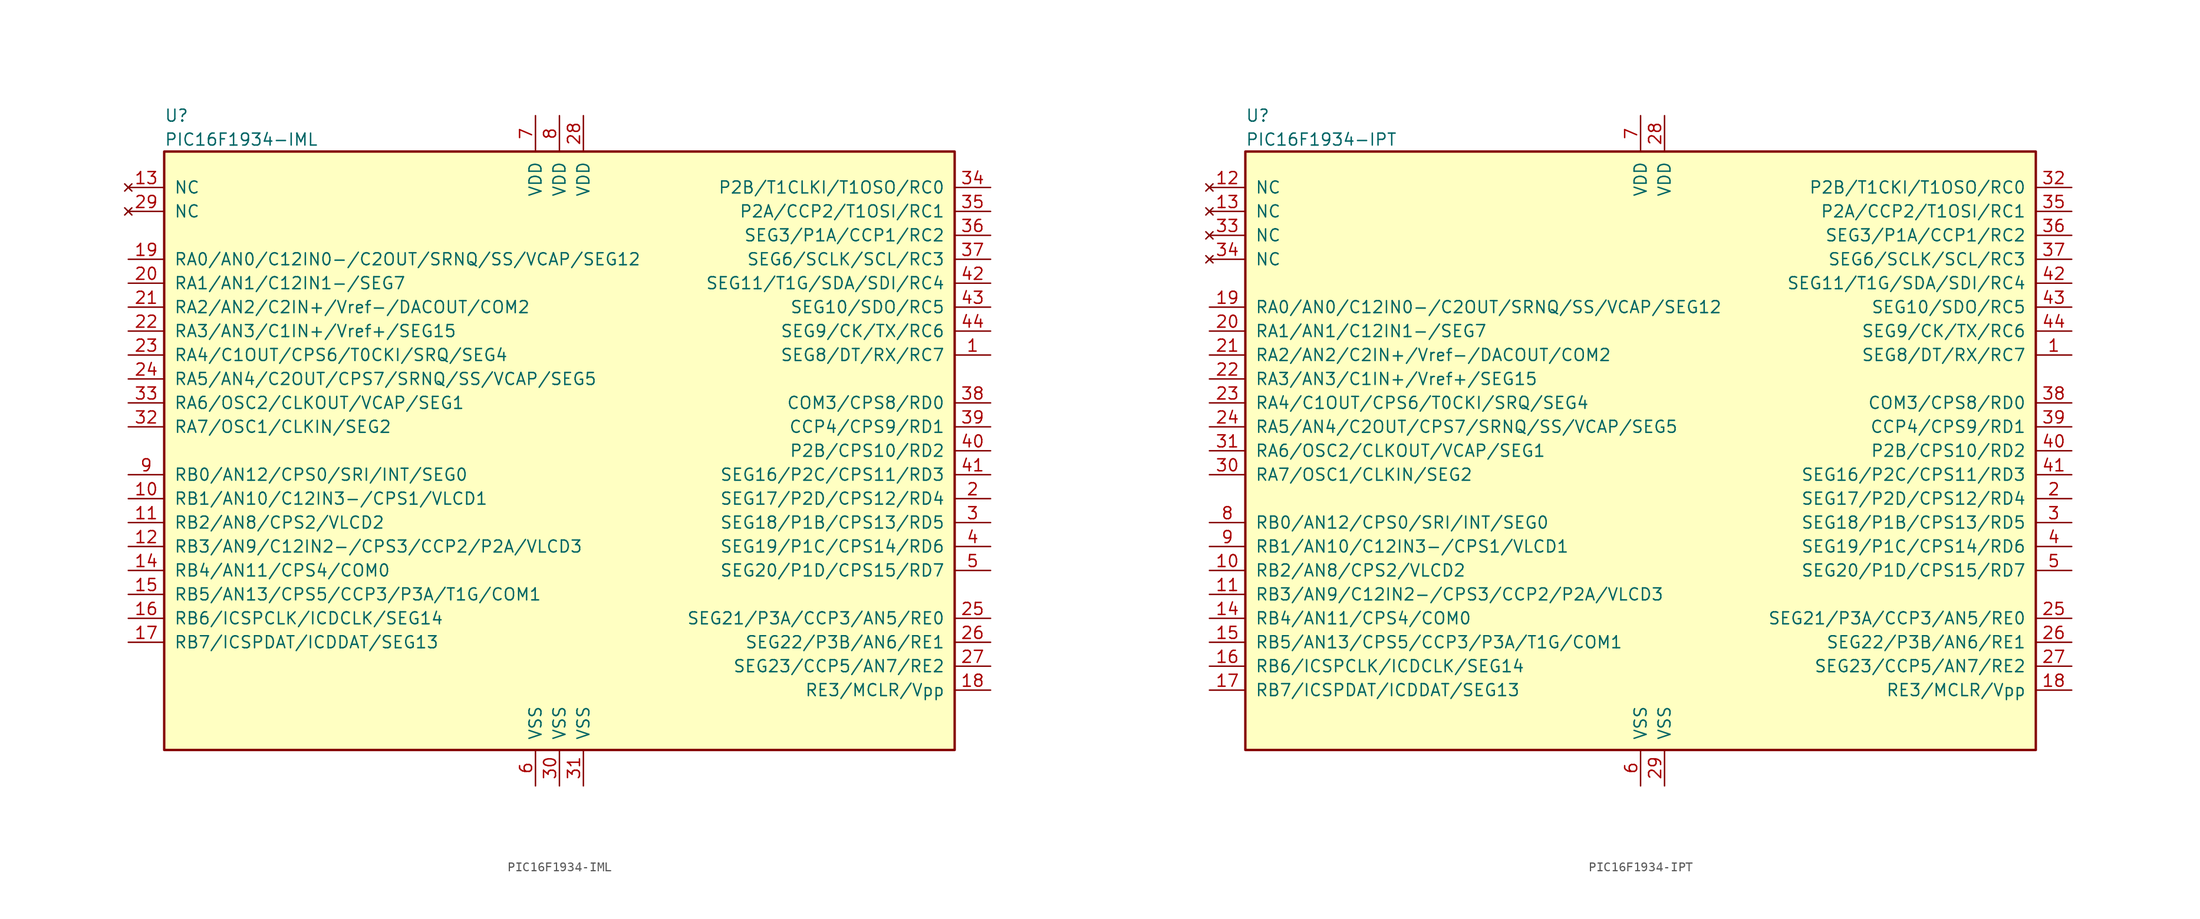
<source format=kicad_sym>
(kicad_symbol_lib
  (version 20241209)
  (generator "kicad_symbol_editor")
  (generator_version "9.0")
  (symbol "PIC16F1934-IML"
    (pin_names
      (offset 1.016))
    (property "Reference" "U"
      (at -41.91 35.56 0)
      (effects (font (size 1.27 1.27)) (justify left)))
    (property "Value" "PIC16F1934-IML"
      (at -41.91 33.02 0)
      (effects (font (size 1.27 1.27)) (justify left)))
    (symbol "PIC16F1934-IML_0_1"
      (rectangle (start -41.91 31.75) (end 41.91 -31.75) (stroke (width 0.254) (type default)) (fill (type background))))
    (symbol "PIC16F1934-IML_1_1"
      (pin no_connect line (at -45.72 27.94 0) (length 3.81) (name "NC" (effects (font (size 1.27 1.27)))) (number "13" (effects (font (size 1.27 1.27)))))
      (pin no_connect line (at -45.72 25.4 0) (length 3.81) (name "NC" (effects (font (size 1.27 1.27)))) (number "29" (effects (font (size 1.27 1.27)))))
      (pin bidirectional line (at -45.72 20.32 0) (length 3.81) (name "RA0/AN0/C12IN0-/C2OUT/SRNQ/SS/VCAP/SEG12" (effects (font (size 1.27 1.27)))) (number "19" (effects (font (size 1.27 1.27)))))
      (pin bidirectional line (at -45.72 17.78 0) (length 3.81) (name "RA1/AN1/C12IN1-/SEG7" (effects (font (size 1.27 1.27)))) (number "20" (effects (font (size 1.27 1.27)))))
      (pin bidirectional line (at -45.72 15.24 0) (length 3.81) (name "RA2/AN2/C2IN+/Vref-/DACOUT/COM2" (effects (font (size 1.27 1.27)))) (number "21" (effects (font (size 1.27 1.27)))))
      (pin bidirectional line (at -45.72 12.7 0) (length 3.81) (name "RA3/AN3/C1IN+/Vref+/SEG15" (effects (font (size 1.27 1.27)))) (number "22" (effects (font (size 1.27 1.27)))))
      (pin bidirectional line (at -45.72 10.16 0) (length 3.81) (name "RA4/C1OUT/CPS6/T0CKI/SRQ/SEG4" (effects (font (size 1.27 1.27)))) (number "23" (effects (font (size 1.27 1.27)))))
      (pin bidirectional line (at -45.72 7.62 0) (length 3.81) (name "RA5/AN4/C2OUT/CPS7/SRNQ/SS/VCAP/SEG5" (effects (font (size 1.27 1.27)))) (number "24" (effects (font (size 1.27 1.27)))))
      (pin bidirectional line (at -45.72 5.08 0) (length 3.81) (name "RA6/OSC2/CLKOUT/VCAP/SEG1" (effects (font (size 1.27 1.27)))) (number "33" (effects (font (size 1.27 1.27)))))
      (pin bidirectional line (at -45.72 2.54 0) (length 3.81) (name "RA7/OSC1/CLKIN/SEG2" (effects (font (size 1.27 1.27)))) (number "32" (effects (font (size 1.27 1.27)))))
      (pin bidirectional line (at -45.72 -2.54 0) (length 3.81) (name "RB0/AN12/CPS0/SRI/INT/SEG0" (effects (font (size 1.27 1.27)))) (number "9" (effects (font (size 1.27 1.27)))))
      (pin bidirectional line (at -45.72 -5.08 0) (length 3.81) (name "RB1/AN10/C12IN3-/CPS1/VLCD1" (effects (font (size 1.27 1.27)))) (number "10" (effects (font (size 1.27 1.27)))))
      (pin bidirectional line (at -45.72 -7.62 0) (length 3.81) (name "RB2/AN8/CPS2/VLCD2" (effects (font (size 1.27 1.27)))) (number "11" (effects (font (size 1.27 1.27)))))
      (pin bidirectional line (at -45.72 -10.16 0) (length 3.81) (name "RB3/AN9/C12IN2-/CPS3/CCP2/P2A/VLCD3" (effects (font (size 1.27 1.27)))) (number "12" (effects (font (size 1.27 1.27)))))
      (pin bidirectional line (at -45.72 -12.7 0) (length 3.81) (name "RB4/AN11/CPS4/COM0" (effects (font (size 1.27 1.27)))) (number "14" (effects (font (size 1.27 1.27)))))
      (pin bidirectional line (at -45.72 -15.24 0) (length 3.81) (name "RB5/AN13/CPS5/CCP3/P3A/T1G/COM1" (effects (font (size 1.27 1.27)))) (number "15" (effects (font (size 1.27 1.27)))))
      (pin bidirectional line (at -45.72 -17.78 0) (length 3.81) (name "RB6/ICSPCLK/ICDCLK/SEG14" (effects (font (size 1.27 1.27)))) (number "16" (effects (font (size 1.27 1.27)))))
      (pin bidirectional line (at -45.72 -20.32 0) (length 3.81) (name "RB7/ICSPDAT/ICDDAT/SEG13" (effects (font (size 1.27 1.27)))) (number "17" (effects (font (size 1.27 1.27)))))
      (pin bidirectional line (at -2.54 35.56 270) (length 3.81) (name "VDD" (effects (font (size 1.27 1.27)))) (number "7" (effects (font (size 1.27 1.27)))))
      (pin bidirectional line (at -2.54 -35.56 90) (length 3.81) (name "VSS" (effects (font (size 1.27 1.27)))) (number "6" (effects (font (size 1.27 1.27)))))
      (pin bidirectional line (at 0 35.56 270) (length 3.81) (name "VDD" (effects (font (size 1.27 1.27)))) (number "8" (effects (font (size 1.27 1.27)))))
      (pin power_in line (at 0 -35.56 90) (length 3.81) (name "VSS" (effects (font (size 1.27 1.27)))) (number "30" (effects (font (size 1.27 1.27)))))
      (pin power_in line (at 2.54 35.56 270) (length 3.81) (name "VDD" (effects (font (size 1.27 1.27)))) (number "28" (effects (font (size 1.27 1.27)))))
      (pin power_in line (at 2.54 -35.56 90) (length 3.81) (name "VSS" (effects (font (size 1.27 1.27)))) (number "31" (effects (font (size 1.27 1.27)))))
      (pin bidirectional line (at 45.72 27.94 180) (length 3.81) (name "P2B/T1CLKI/T1OSO/RC0" (effects (font (size 1.27 1.27)))) (number "34" (effects (font (size 1.27 1.27)))))
      (pin bidirectional line (at 45.72 25.4 180) (length 3.81) (name "P2A/CCP2/T1OSI/RC1" (effects (font (size 1.27 1.27)))) (number "35" (effects (font (size 1.27 1.27)))))
      (pin bidirectional line (at 45.72 22.86 180) (length 3.81) (name "SEG3/P1A/CCP1/RC2" (effects (font (size 1.27 1.27)))) (number "36" (effects (font (size 1.27 1.27)))))
      (pin bidirectional line (at 45.72 20.32 180) (length 3.81) (name "SEG6/SCLK/SCL/RC3" (effects (font (size 1.27 1.27)))) (number "37" (effects (font (size 1.27 1.27)))))
      (pin bidirectional line (at 45.72 17.78 180) (length 3.81) (name "SEG11/T1G/SDA/SDI/RC4" (effects (font (size 1.27 1.27)))) (number "42" (effects (font (size 1.27 1.27)))))
      (pin bidirectional line (at 45.72 15.24 180) (length 3.81) (name "SEG10/SDO/RC5" (effects (font (size 1.27 1.27)))) (number "43" (effects (font (size 1.27 1.27)))))
      (pin bidirectional line (at 45.72 12.7 180) (length 3.81) (name "SEG9/CK/TX/RC6" (effects (font (size 1.27 1.27)))) (number "44" (effects (font (size 1.27 1.27)))))
      (pin bidirectional line (at 45.72 10.16 180) (length 3.81) (name "SEG8/DT/RX/RC7" (effects (font (size 1.27 1.27)))) (number "1" (effects (font (size 1.27 1.27)))))
      (pin bidirectional line (at 45.72 5.08 180) (length 3.81) (name "COM3/CPS8/RD0" (effects (font (size 1.27 1.27)))) (number "38" (effects (font (size 1.27 1.27)))))
      (pin bidirectional line (at 45.72 2.54 180) (length 3.81) (name "CCP4/CPS9/RD1" (effects (font (size 1.27 1.27)))) (number "39" (effects (font (size 1.27 1.27)))))
      (pin bidirectional line (at 45.72 0 180) (length 3.81) (name "P2B/CPS10/RD2" (effects (font (size 1.27 1.27)))) (number "40" (effects (font (size 1.27 1.27)))))
      (pin bidirectional line (at 45.72 -2.54 180) (length 3.81) (name "SEG16/P2C/CPS11/RD3" (effects (font (size 1.27 1.27)))) (number "41" (effects (font (size 1.27 1.27)))))
      (pin bidirectional line (at 45.72 -5.08 180) (length 3.81) (name "SEG17/P2D/CPS12/RD4" (effects (font (size 1.27 1.27)))) (number "2" (effects (font (size 1.27 1.27)))))
      (pin bidirectional line (at 45.72 -7.62 180) (length 3.81) (name "SEG18/P1B/CPS13/RD5" (effects (font (size 1.27 1.27)))) (number "3" (effects (font (size 1.27 1.27)))))
      (pin bidirectional line (at 45.72 -10.16 180) (length 3.81) (name "SEG19/P1C/CPS14/RD6" (effects (font (size 1.27 1.27)))) (number "4" (effects (font (size 1.27 1.27)))))
      (pin bidirectional line (at 45.72 -12.7 180) (length 3.81) (name "SEG20/P1D/CPS15/RD7" (effects (font (size 1.27 1.27)))) (number "5" (effects (font (size 1.27 1.27)))))
      (pin bidirectional line (at 45.72 -17.78 180) (length 3.81) (name "SEG21/P3A/CCP3/AN5/RE0" (effects (font (size 1.27 1.27)))) (number "25" (effects (font (size 1.27 1.27)))))
      (pin bidirectional line (at 45.72 -20.32 180) (length 3.81) (name "SEG22/P3B/AN6/RE1" (effects (font (size 1.27 1.27)))) (number "26" (effects (font (size 1.27 1.27)))))
      (pin bidirectional line (at 45.72 -22.86 180) (length 3.81) (name "SEG23/CCP5/AN7/RE2" (effects (font (size 1.27 1.27)))) (number "27" (effects (font (size 1.27 1.27)))))
      (pin bidirectional line (at 45.72 -25.4 180) (length 3.81) (name "RE3/MCLR/Vpp" (effects (font (size 1.27 1.27)))) (number "18" (effects (font (size 1.27 1.27)))))))
  (symbol "PIC16F1934-IPT"
    (pin_names
      (offset 1.016))
    (property "Reference" "U"
      (at -41.91 35.56 0)
      (effects (font (size 1.27 1.27)) (justify left)))
    (property "Value" "PIC16F1934-IPT"
      (at -41.91 33.02 0)
      (effects (font (size 1.27 1.27)) (justify left)))
    (symbol "PIC16F1934-IPT_0_1"
      (rectangle (start -41.91 31.75) (end 41.91 -31.75) (stroke (width 0.254) (type default)) (fill (type background))))
    (symbol "PIC16F1934-IPT_1_1"
      (pin no_connect line (at -45.72 27.94 0) (length 3.81) (name "NC" (effects (font (size 1.27 1.27)))) (number "12" (effects (font (size 1.27 1.27)))))
      (pin no_connect line (at -45.72 25.4 0) (length 3.81) (name "NC" (effects (font (size 1.27 1.27)))) (number "13" (effects (font (size 1.27 1.27)))))
      (pin no_connect line (at -45.72 22.86 0) (length 3.81) (name "NC" (effects (font (size 1.27 1.27)))) (number "33" (effects (font (size 1.27 1.27)))))
      (pin no_connect line (at -45.72 20.32 0) (length 3.81) (name "NC" (effects (font (size 1.27 1.27)))) (number "34" (effects (font (size 1.27 1.27)))))
      (pin bidirectional line (at -45.72 15.24 0) (length 3.81) (name "RA0/AN0/C12IN0-/C2OUT/SRNQ/SS/VCAP/SEG12" (effects (font (size 1.27 1.27)))) (number "19" (effects (font (size 1.27 1.27)))))
      (pin bidirectional line (at -45.72 12.7 0) (length 3.81) (name "RA1/AN1/C12IN1-/SEG7" (effects (font (size 1.27 1.27)))) (number "20" (effects (font (size 1.27 1.27)))))
      (pin bidirectional line (at -45.72 10.16 0) (length 3.81) (name "RA2/AN2/C2IN+/Vref-/DACOUT/COM2" (effects (font (size 1.27 1.27)))) (number "21" (effects (font (size 1.27 1.27)))))
      (pin bidirectional line (at -45.72 7.62 0) (length 3.81) (name "RA3/AN3/C1IN+/Vref+/SEG15" (effects (font (size 1.27 1.27)))) (number "22" (effects (font (size 1.27 1.27)))))
      (pin bidirectional line (at -45.72 5.08 0) (length 3.81) (name "RA4/C1OUT/CPS6/T0CKI/SRQ/SEG4" (effects (font (size 1.27 1.27)))) (number "23" (effects (font (size 1.27 1.27)))))
      (pin bidirectional line (at -45.72 2.54 0) (length 3.81) (name "RA5/AN4/C2OUT/CPS7/SRNQ/SS/VCAP/SEG5" (effects (font (size 1.27 1.27)))) (number "24" (effects (font (size 1.27 1.27)))))
      (pin bidirectional line (at -45.72 0 0) (length 3.81) (name "RA6/OSC2/CLKOUT/VCAP/SEG1" (effects (font (size 1.27 1.27)))) (number "31" (effects (font (size 1.27 1.27)))))
      (pin bidirectional line (at -45.72 -2.54 0) (length 3.81) (name "RA7/OSC1/CLKIN/SEG2" (effects (font (size 1.27 1.27)))) (number "30" (effects (font (size 1.27 1.27)))))
      (pin bidirectional line (at -45.72 -7.62 0) (length 3.81) (name "RB0/AN12/CPS0/SRI/INT/SEG0" (effects (font (size 1.27 1.27)))) (number "8" (effects (font (size 1.27 1.27)))))
      (pin bidirectional line (at -45.72 -10.16 0) (length 3.81) (name "RB1/AN10/C12IN3-/CPS1/VLCD1" (effects (font (size 1.27 1.27)))) (number "9" (effects (font (size 1.27 1.27)))))
      (pin bidirectional line (at -45.72 -12.7 0) (length 3.81) (name "RB2/AN8/CPS2/VLCD2" (effects (font (size 1.27 1.27)))) (number "10" (effects (font (size 1.27 1.27)))))
      (pin bidirectional line (at -45.72 -15.24 0) (length 3.81) (name "RB3/AN9/C12IN2-/CPS3/CCP2/P2A/VLCD3" (effects (font (size 1.27 1.27)))) (number "11" (effects (font (size 1.27 1.27)))))
      (pin bidirectional line (at -45.72 -17.78 0) (length 3.81) (name "RB4/AN11/CPS4/COM0" (effects (font (size 1.27 1.27)))) (number "14" (effects (font (size 1.27 1.27)))))
      (pin bidirectional line (at -45.72 -20.32 0) (length 3.81) (name "RB5/AN13/CPS5/CCP3/P3A/T1G/COM1" (effects (font (size 1.27 1.27)))) (number "15" (effects (font (size 1.27 1.27)))))
      (pin bidirectional line (at -45.72 -22.86 0) (length 3.81) (name "RB6/ICSPCLK/ICDCLK/SEG14" (effects (font (size 1.27 1.27)))) (number "16" (effects (font (size 1.27 1.27)))))
      (pin bidirectional line (at -45.72 -25.4 0) (length 3.81) (name "RB7/ICSPDAT/ICDDAT/SEG13" (effects (font (size 1.27 1.27)))) (number "17" (effects (font (size 1.27 1.27)))))
      (pin bidirectional line (at 0 35.56 270) (length 3.81) (name "VDD" (effects (font (size 1.27 1.27)))) (number "7" (effects (font (size 1.27 1.27)))))
      (pin bidirectional line (at 0 -35.56 90) (length 3.81) (name "VSS" (effects (font (size 1.27 1.27)))) (number "6" (effects (font (size 1.27 1.27)))))
      (pin power_in line (at 2.54 35.56 270) (length 3.81) (name "VDD" (effects (font (size 1.27 1.27)))) (number "28" (effects (font (size 1.27 1.27)))))
      (pin power_in line (at 2.54 -35.56 90) (length 3.81) (name "VSS" (effects (font (size 1.27 1.27)))) (number "29" (effects (font (size 1.27 1.27)))))
      (pin bidirectional line (at 45.72 27.94 180) (length 3.81) (name "P2B/T1CKI/T1OSO/RC0" (effects (font (size 1.27 1.27)))) (number "32" (effects (font (size 1.27 1.27)))))
      (pin bidirectional line (at 45.72 25.4 180) (length 3.81) (name "P2A/CCP2/T1OSI/RC1" (effects (font (size 1.27 1.27)))) (number "35" (effects (font (size 1.27 1.27)))))
      (pin bidirectional line (at 45.72 22.86 180) (length 3.81) (name "SEG3/P1A/CCP1/RC2" (effects (font (size 1.27 1.27)))) (number "36" (effects (font (size 1.27 1.27)))))
      (pin bidirectional line (at 45.72 20.32 180) (length 3.81) (name "SEG6/SCLK/SCL/RC3" (effects (font (size 1.27 1.27)))) (number "37" (effects (font (size 1.27 1.27)))))
      (pin bidirectional line (at 45.72 17.78 180) (length 3.81) (name "SEG11/T1G/SDA/SDI/RC4" (effects (font (size 1.27 1.27)))) (number "42" (effects (font (size 1.27 1.27)))))
      (pin bidirectional line (at 45.72 15.24 180) (length 3.81) (name "SEG10/SDO/RC5" (effects (font (size 1.27 1.27)))) (number "43" (effects (font (size 1.27 1.27)))))
      (pin bidirectional line (at 45.72 12.7 180) (length 3.81) (name "SEG9/CK/TX/RC6" (effects (font (size 1.27 1.27)))) (number "44" (effects (font (size 1.27 1.27)))))
      (pin bidirectional line (at 45.72 10.16 180) (length 3.81) (name "SEG8/DT/RX/RC7" (effects (font (size 1.27 1.27)))) (number "1" (effects (font (size 1.27 1.27)))))
      (pin bidirectional line (at 45.72 5.08 180) (length 3.81) (name "COM3/CPS8/RD0" (effects (font (size 1.27 1.27)))) (number "38" (effects (font (size 1.27 1.27)))))
      (pin bidirectional line (at 45.72 2.54 180) (length 3.81) (name "CCP4/CPS9/RD1" (effects (font (size 1.27 1.27)))) (number "39" (effects (font (size 1.27 1.27)))))
      (pin bidirectional line (at 45.72 0 180) (length 3.81) (name "P2B/CPS10/RD2" (effects (font (size 1.27 1.27)))) (number "40" (effects (font (size 1.27 1.27)))))
      (pin bidirectional line (at 45.72 -2.54 180) (length 3.81) (name "SEG16/P2C/CPS11/RD3" (effects (font (size 1.27 1.27)))) (number "41" (effects (font (size 1.27 1.27)))))
      (pin bidirectional line (at 45.72 -5.08 180) (length 3.81) (name "SEG17/P2D/CPS12/RD4" (effects (font (size 1.27 1.27)))) (number "2" (effects (font (size 1.27 1.27)))))
      (pin bidirectional line (at 45.72 -7.62 180) (length 3.81) (name "SEG18/P1B/CPS13/RD5" (effects (font (size 1.27 1.27)))) (number "3" (effects (font (size 1.27 1.27)))))
      (pin bidirectional line (at 45.72 -10.16 180) (length 3.81) (name "SEG19/P1C/CPS14/RD6" (effects (font (size 1.27 1.27)))) (number "4" (effects (font (size 1.27 1.27)))))
      (pin bidirectional line (at 45.72 -12.7 180) (length 3.81) (name "SEG20/P1D/CPS15/RD7" (effects (font (size 1.27 1.27)))) (number "5" (effects (font (size 1.27 1.27)))))
      (pin bidirectional line (at 45.72 -17.78 180) (length 3.81) (name "SEG21/P3A/CCP3/AN5/RE0" (effects (font (size 1.27 1.27)))) (number "25" (effects (font (size 1.27 1.27)))))
      (pin bidirectional line (at 45.72 -20.32 180) (length 3.81) (name "SEG22/P3B/AN6/RE1" (effects (font (size 1.27 1.27)))) (number "26" (effects (font (size 1.27 1.27)))))
      (pin bidirectional line (at 45.72 -22.86 180) (length 3.81) (name "SEG23/CCP5/AN7/RE2" (effects (font (size 1.27 1.27)))) (number "27" (effects (font (size 1.27 1.27)))))
      (pin bidirectional line (at 45.72 -25.4 180) (length 3.81) (name "RE3/MCLR/Vpp" (effects (font (size 1.27 1.27)))) (number "18" (effects (font (size 1.27 1.27))))))))
</source>
